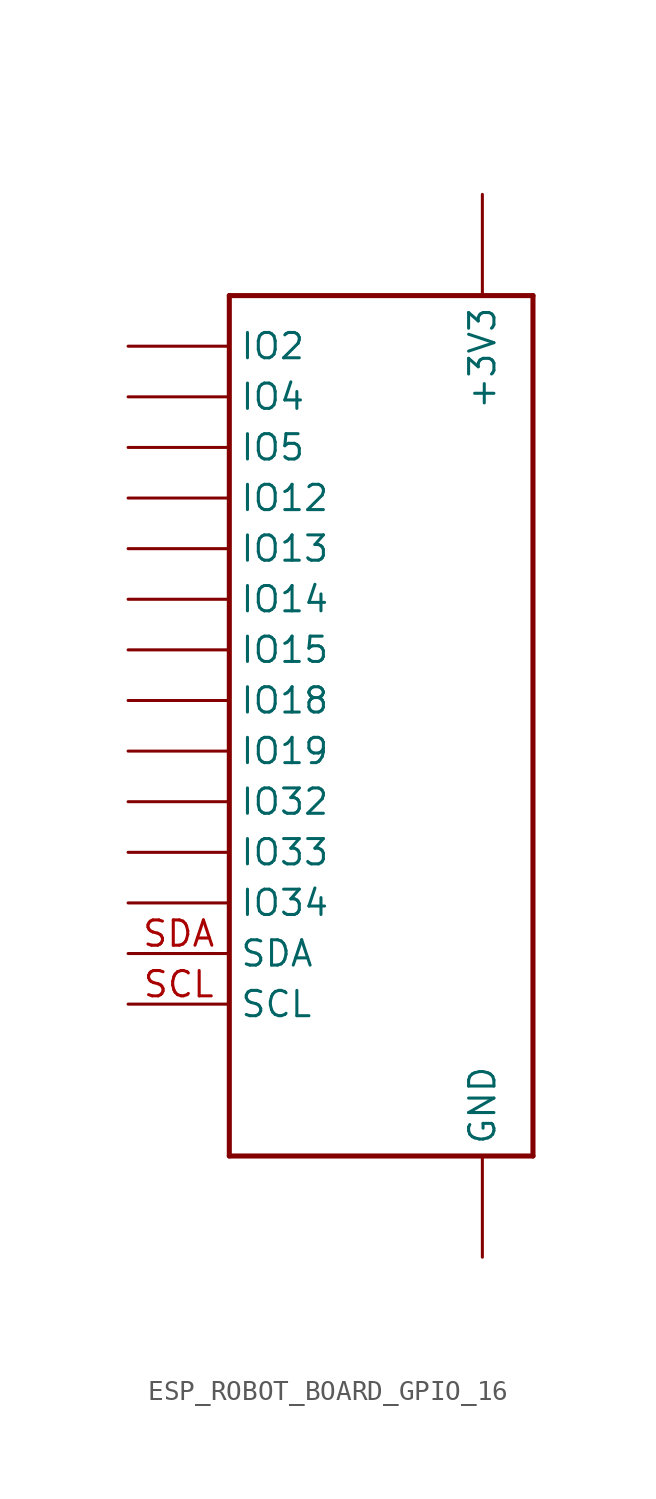
<source format=kicad_sym>
(kicad_symbol_lib
  (version 20231120)
  (generator "kicad_symbol_editor")
  (generator_version "8.0")
  (symbol "ESP_ROBOT_BOARD_GPIO_16"
    (property "Reference" ""
      (at 10.16 5.08 0)
      (effects (font (size 1.27 1.079)) (justify left bottom) (hide yes)))
    (property "ki_locked" ""
      (at 0 0 0)
      (effects (font (size 1.27 1.27))))
    (symbol "ESP_ROBOT_BOARD_GPIO_16_1_0"
      (polyline (pts (xy -5.08 -40.64) (xy 10.16 -40.64)) (stroke (width 0.254) (type solid)) (fill (type none)))
      (polyline (pts (xy -5.08 2.54) (xy -5.08 -40.64)) (stroke (width 0.254) (type solid)) (fill (type none)))
      (polyline (pts (xy 10.16 -40.64) (xy 10.16 2.54)) (stroke (width 0.254) (type solid)) (fill (type none)))
      (polyline (pts (xy 10.16 2.54) (xy -5.08 2.54)) (stroke (width 0.254) (type solid)) (fill (type none)))
      (pin bidirectional line (at 7.62 7.62 270) (length 5.08) (name "+3V3" (effects (font (size 1.27 1.27)))) (number "+3V3" (effects (font (size 0 0)))))
      (pin bidirectional line (at 7.62 -45.72 90) (length 5.08) (name "GND" (effects (font (size 1.27 1.27)))) (number "GND" (effects (font (size 0 0)))))
      (pin bidirectional line (at -10.16 -7.62 0) (length 5.08) (name "IO12" (effects (font (size 1.27 1.27)))) (number "IO12" (effects (font (size 0 0)))))
      (pin bidirectional line (at -10.16 -10.16 0) (length 5.08) (name "IO13" (effects (font (size 1.27 1.27)))) (number "IO13" (effects (font (size 0 0)))))
      (pin bidirectional line (at -10.16 -12.7 0) (length 5.08) (name "IO14" (effects (font (size 1.27 1.27)))) (number "IO14" (effects (font (size 0 0)))))
      (pin bidirectional line (at -10.16 -15.24 0) (length 5.08) (name "IO15" (effects (font (size 1.27 1.27)))) (number "IO15" (effects (font (size 0 0)))))
      (pin bidirectional line (at -10.16 -17.78 0) (length 5.08) (name "IO18" (effects (font (size 1.27 1.27)))) (number "IO18" (effects (font (size 0 0)))))
      (pin bidirectional line (at -10.16 -20.32 0) (length 5.08) (name "IO19" (effects (font (size 1.27 1.27)))) (number "IO19" (effects (font (size 0 0)))))
      (pin bidirectional line (at -10.16 0 0) (length 5.08) (name "IO2" (effects (font (size 1.27 1.27)))) (number "IO2" (effects (font (size 0 0)))))
      (pin bidirectional line (at -10.16 -22.86 0) (length 5.08) (name "IO32" (effects (font (size 1.27 1.27)))) (number "IO32" (effects (font (size 0 0)))))
      (pin bidirectional line (at -10.16 -25.4 0) (length 5.08) (name "IO33" (effects (font (size 1.27 1.27)))) (number "IO33" (effects (font (size 0 0)))))
      (pin bidirectional line (at -10.16 -27.94 0) (length 5.08) (name "IO34" (effects (font (size 1.27 1.27)))) (number "IO34" (effects (font (size 0 0)))))
      (pin bidirectional line (at -10.16 -2.54 0) (length 5.08) (name "IO4" (effects (font (size 1.27 1.27)))) (number "IO4" (effects (font (size 0 0)))))
      (pin bidirectional line (at -10.16 -5.08 0) (length 5.08) (name "IO5" (effects (font (size 1.27 1.27)))) (number "IO5" (effects (font (size 0 0)))))
      (pin bidirectional line (at -10.16 -33.02 0) (length 5.08) (name "SCL" (effects (font (size 1.27 1.27)))) (number "SCL" (effects (font (size 1.27 1.27)))))
      (pin bidirectional line (at -10.16 -30.48 0) (length 5.08) (name "SDA" (effects (font (size 1.27 1.27)))) (number "SDA" (effects (font (size 1.27 1.27))))))))
</source>
